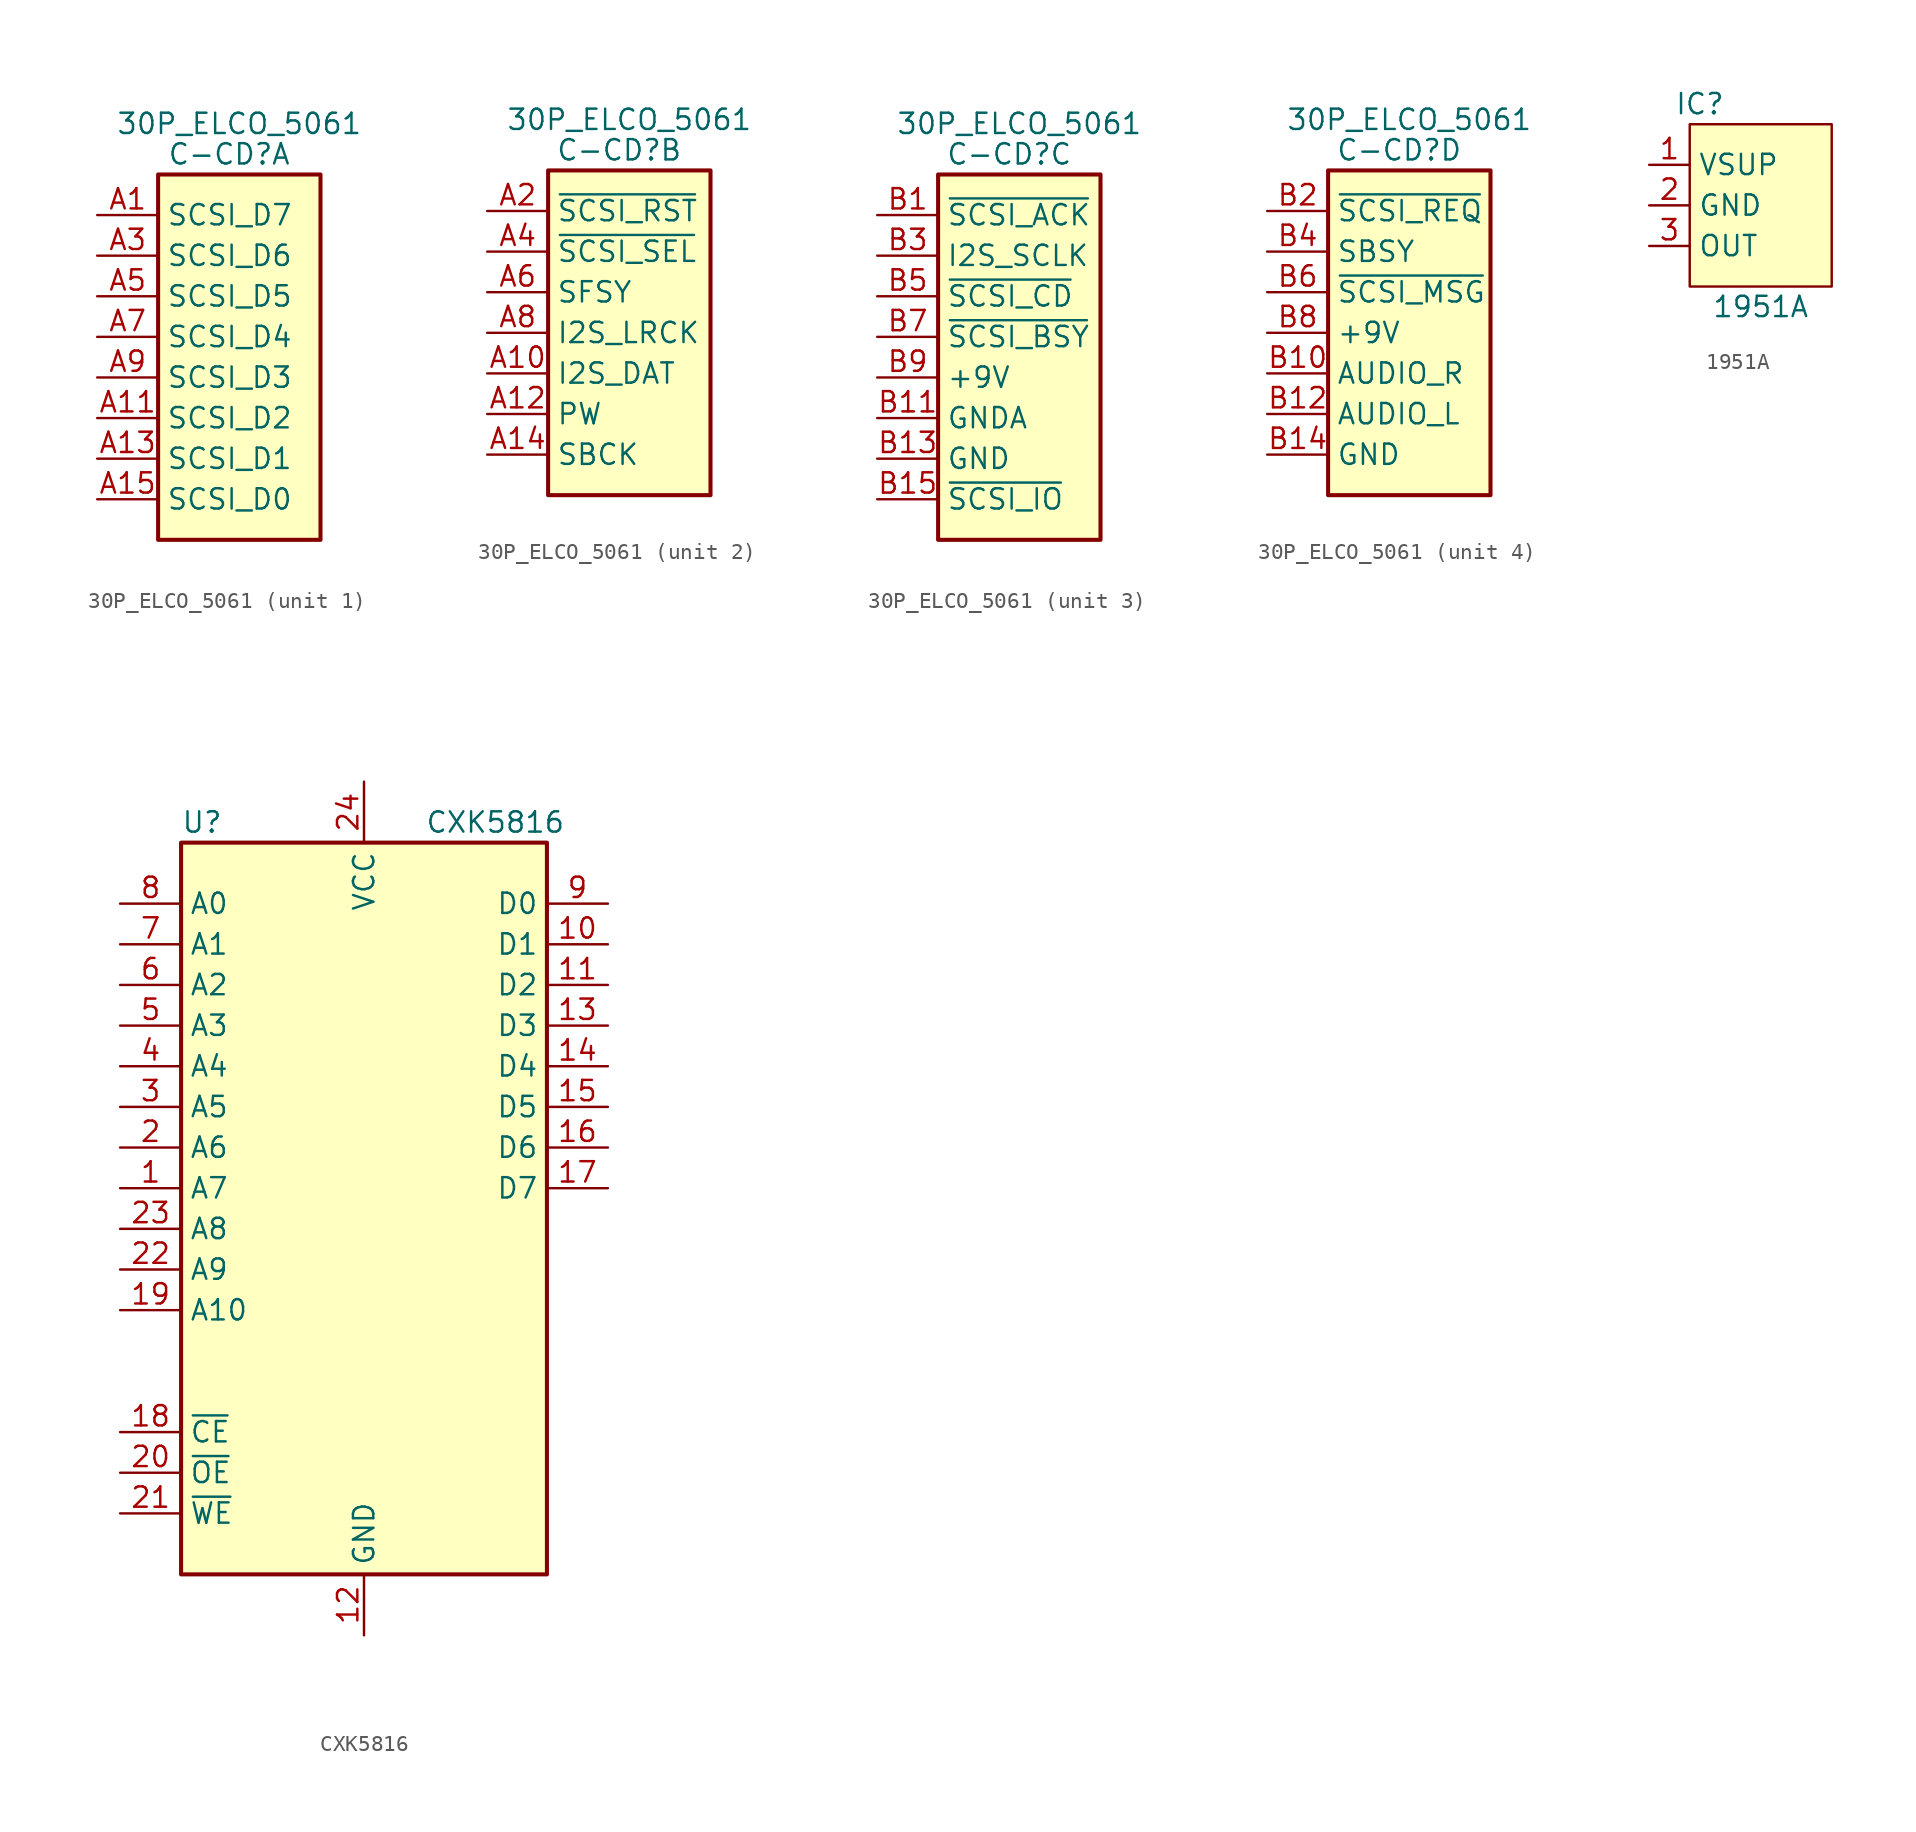
<source format=kicad_sym>
(kicad_symbol_lib
  (version 20241209)
  (generator "kicad_symbol_editor")
  (generator_version "9.0")
  (symbol "30P_ELCO_5061"
    (property "Reference" "C-CD"
      (at 8.255 1.27 0)
      (effects (font (size 1.27 1.27))))
    (property "Value" "30P_ELCO_5061"
      (at 8.89 3.175 0)
      (effects (font (size 1.27 1.27))))
    (symbol "30P_ELCO_5061_1_1"
      (rectangle (start 3.81 0) (end 13.97 -22.86) (stroke (width 0.254) (type default)) (fill (type background)))
      (pin passive line (at 0 -2.54 0) (length 3.81) (name "SCSI_D7" (effects (font (size 1.27 1.27)))) (number "A1" (effects (font (size 1.27 1.27)))))
      (pin passive line (at 0 -5.08 0) (length 3.81) (name "SCSI_D6" (effects (font (size 1.27 1.27)))) (number "A3" (effects (font (size 1.27 1.27)))))
      (pin passive line (at 0 -7.62 0) (length 3.81) (name "SCSI_D5" (effects (font (size 1.27 1.27)))) (number "A5" (effects (font (size 1.27 1.27)))))
      (pin passive line (at 0 -10.16 0) (length 3.81) (name "SCSI_D4" (effects (font (size 1.27 1.27)))) (number "A7" (effects (font (size 1.27 1.27)))))
      (pin passive line (at 0 -12.7 0) (length 3.81) (name "SCSI_D3" (effects (font (size 1.27 1.27)))) (number "A9" (effects (font (size 1.27 1.27)))))
      (pin passive line (at 0 -15.24 0) (length 3.81) (name "SCSI_D2" (effects (font (size 1.27 1.27)))) (number "A11" (effects (font (size 1.27 1.27)))))
      (pin passive line (at 0 -17.78 0) (length 3.81) (name "SCSI_D1" (effects (font (size 1.27 1.27)))) (number "A13" (effects (font (size 1.27 1.27)))))
      (pin passive line (at 0 -20.32 0) (length 3.81) (name "SCSI_D0" (effects (font (size 1.27 1.27)))) (number "A15" (effects (font (size 1.27 1.27))))))
    (symbol "30P_ELCO_5061_2_1"
      (rectangle (start 3.81 0) (end 13.97 -20.32) (stroke (width 0.254) (type default)) (fill (type background)))
      (pin passive line (at 0 -2.54 0) (length 3.81) (name "~{SCSI_RST}" (effects (font (size 1.27 1.27)))) (number "A2" (effects (font (size 1.27 1.27)))))
      (pin passive line (at 0 -5.08 0) (length 3.81) (name "~{SCSI_SEL}" (effects (font (size 1.27 1.27)))) (number "A4" (effects (font (size 1.27 1.27)))))
      (pin passive line (at 0 -7.62 0) (length 3.81) (name "SFSY" (effects (font (size 1.27 1.27)))) (number "A6" (effects (font (size 1.27 1.27)))))
      (pin passive line (at 0 -10.16 0) (length 3.81) (name "I2S_LRCK" (effects (font (size 1.27 1.27)))) (number "A8" (effects (font (size 1.27 1.27)))))
      (pin passive line (at 0 -12.7 0) (length 3.81) (name "I2S_DAT" (effects (font (size 1.27 1.27)))) (number "A10" (effects (font (size 1.27 1.27)))))
      (pin passive line (at 0 -15.24 0) (length 3.81) (name "PW" (effects (font (size 1.27 1.27)))) (number "A12" (effects (font (size 1.27 1.27)))))
      (pin passive line (at 0 -17.78 0) (length 3.81) (name "SBCK" (effects (font (size 1.27 1.27)))) (number "A14" (effects (font (size 1.27 1.27))))))
    (symbol "30P_ELCO_5061_3_1"
      (rectangle (start 3.81 0) (end 13.97 -22.86) (stroke (width 0.254) (type default)) (fill (type background)))
      (pin passive line (at 0 -2.54 0) (length 3.81) (name "~{SCSI_ACK}" (effects (font (size 1.27 1.27)))) (number "B1" (effects (font (size 1.27 1.27)))))
      (pin passive line (at 0 -5.08 0) (length 3.81) (name "I2S_SCLK" (effects (font (size 1.27 1.27)))) (number "B3" (effects (font (size 1.27 1.27)))))
      (pin passive line (at 0 -7.62 0) (length 3.81) (name "~{SCSI_CD}" (effects (font (size 1.27 1.27)))) (number "B5" (effects (font (size 1.27 1.27)))))
      (pin passive line (at 0 -10.16 0) (length 3.81) (name "~{SCSI_BSY}" (effects (font (size 1.27 1.27)))) (number "B7" (effects (font (size 1.27 1.27)))))
      (pin power_in line (at 0 -12.7 0) (length 3.81) (name "+9V" (effects (font (size 1.27 1.27)))) (number "B9" (effects (font (size 1.27 1.27)))))
      (pin power_in line (at 0 -15.24 0) (length 3.81) (name "GNDA" (effects (font (size 1.27 1.27)))) (number "B11" (effects (font (size 1.27 1.27)))))
      (pin power_in line (at 0 -17.78 0) (length 3.81) (name "GND" (effects (font (size 1.27 1.27)))) (number "B13" (effects (font (size 1.27 1.27)))))
      (pin passive line (at 0 -20.32 0) (length 3.81) (name "~{SCSI_IO}" (effects (font (size 1.27 1.27)))) (number "B15" (effects (font (size 1.27 1.27))))))
    (symbol "30P_ELCO_5061_4_1"
      (rectangle (start 3.81 0) (end 13.97 -20.32) (stroke (width 0.254) (type default)) (fill (type background)))
      (pin passive line (at 0 -2.54 0) (length 3.81) (name "~{SCSI_REQ}" (effects (font (size 1.27 1.27)))) (number "B2" (effects (font (size 1.27 1.27)))))
      (pin passive line (at 0 -5.08 0) (length 3.81) (name "SBSY" (effects (font (size 1.27 1.27)))) (number "B4" (effects (font (size 1.27 1.27)))))
      (pin passive line (at 0 -7.62 0) (length 3.81) (name "~{SCSI_MSG}" (effects (font (size 1.27 1.27)))) (number "B6" (effects (font (size 1.27 1.27)))))
      (pin power_in line (at 0 -10.16 0) (length 3.81) (name "+9V" (effects (font (size 1.27 1.27)))) (number "B8" (effects (font (size 1.27 1.27)))))
      (pin passive line (at 0 -12.7 0) (length 3.81) (name "AUDIO_R" (effects (font (size 1.27 1.27)))) (number "B10" (effects (font (size 1.27 1.27)))))
      (pin passive line (at 0 -15.24 0) (length 3.81) (name "AUDIO_L" (effects (font (size 1.27 1.27)))) (number "B12" (effects (font (size 1.27 1.27)))))
      (pin power_in line (at 0 -17.78 0) (length 3.81) (name "GND" (effects (font (size 1.27 1.27)))) (number "B14" (effects (font (size 1.27 1.27)))))))
  (symbol "1951A"
    (property "Reference" "IC"
      (at 3.175 3.81 0)
      (effects (font (size 1.27 1.27))))
    (property "Value" "1951A"
      (at 6.985 -8.89 0)
      (effects (font (size 1.27 1.27))))
    (symbol "1951A_0_1"
      (rectangle (start 2.54 2.54) (end 11.43 -7.62) (stroke (width 0.152) (type default)) (fill (type background))))
    (symbol "1951A_1_1"
      (pin passive line (at 0 0 0) (length 2.54) (name "VSUP" (effects (font (size 1.27 1.27)))) (number "1" (effects (font (size 1.27 1.27)))))
      (pin passive line (at 0 -2.54 0) (length 2.54) (name "GND" (effects (font (size 1.27 1.27)))) (number "2" (effects (font (size 1.27 1.27)))))
      (pin passive line (at 0 -5.08 0) (length 2.54) (name "OUT" (effects (font (size 1.27 1.27)))) (number "3" (effects (font (size 1.27 1.27)))))))
  (symbol "CXK5816"
    (property "Reference" "U"
      (at -11.43 27.94 0)
      (effects (font (size 1.27 1.27)) (justify left)))
    (property "Value" "CXK5816"
      (at 3.81 27.94 0)
      (effects (font (size 1.27 1.27)) (justify left)))
    (symbol "CXK5816_0_0"
      (pin power_in line (at 0 30.48 270) (length 3.81) (name "VCC" (effects (font (size 1.27 1.27)))) (number "24" (effects (font (size 1.27 1.27)))))
      (pin power_in line (at 0 -22.86 90) (length 3.81) (name "GND" (effects (font (size 1.27 1.27)))) (number "12" (effects (font (size 1.27 1.27))))))
    (symbol "CXK5816_0_1"
      (rectangle (start -11.43 26.67) (end 11.43 -19.05) (stroke (width 0.254) (type default)) (fill (type background))))
    (symbol "CXK5816_1_1"
      (pin input line (at -15.24 22.86 0) (length 3.81) (name "A0" (effects (font (size 1.27 1.27)))) (number "8" (effects (font (size 1.27 1.27)))))
      (pin input line (at -15.24 20.32 0) (length 3.81) (name "A1" (effects (font (size 1.27 1.27)))) (number "7" (effects (font (size 1.27 1.27)))))
      (pin input line (at -15.24 17.78 0) (length 3.81) (name "A2" (effects (font (size 1.27 1.27)))) (number "6" (effects (font (size 1.27 1.27)))))
      (pin input line (at -15.24 15.24 0) (length 3.81) (name "A3" (effects (font (size 1.27 1.27)))) (number "5" (effects (font (size 1.27 1.27)))))
      (pin input line (at -15.24 12.7 0) (length 3.81) (name "A4" (effects (font (size 1.27 1.27)))) (number "4" (effects (font (size 1.27 1.27)))))
      (pin input line (at -15.24 10.16 0) (length 3.81) (name "A5" (effects (font (size 1.27 1.27)))) (number "3" (effects (font (size 1.27 1.27)))))
      (pin input line (at -15.24 7.62 0) (length 3.81) (name "A6" (effects (font (size 1.27 1.27)))) (number "2" (effects (font (size 1.27 1.27)))))
      (pin input line (at -15.24 5.08 0) (length 3.81) (name "A7" (effects (font (size 1.27 1.27)))) (number "1" (effects (font (size 1.27 1.27)))))
      (pin input line (at -15.24 2.54 0) (length 3.81) (name "A8" (effects (font (size 1.27 1.27)))) (number "23" (effects (font (size 1.27 1.27)))))
      (pin input line (at -15.24 0 0) (length 3.81) (name "A9" (effects (font (size 1.27 1.27)))) (number "22" (effects (font (size 1.27 1.27)))))
      (pin input line (at -15.24 -2.54 0) (length 3.81) (name "A10" (effects (font (size 1.27 1.27)))) (number "19" (effects (font (size 1.27 1.27)))))
      (pin input line (at -15.24 -10.16 0) (length 3.81) (name "~{CE}" (effects (font (size 1.27 1.27)))) (number "18" (effects (font (size 1.27 1.27)))))
      (pin input line (at -15.24 -12.7 0) (length 3.81) (name "~{OE}" (effects (font (size 1.27 1.27)))) (number "20" (effects (font (size 1.27 1.27)))))
      (pin input line (at -15.24 -15.24 0) (length 3.81) (name "~{WE}" (effects (font (size 1.27 1.27)))) (number "21" (effects (font (size 1.27 1.27)))))
      (pin tri_state line (at 15.24 22.86 180) (length 3.81) (name "D0" (effects (font (size 1.27 1.27)))) (number "9" (effects (font (size 1.27 1.27)))))
      (pin tri_state line (at 15.24 20.32 180) (length 3.81) (name "D1" (effects (font (size 1.27 1.27)))) (number "10" (effects (font (size 1.27 1.27)))))
      (pin tri_state line (at 15.24 17.78 180) (length 3.81) (name "D2" (effects (font (size 1.27 1.27)))) (number "11" (effects (font (size 1.27 1.27)))))
      (pin tri_state line (at 15.24 15.24 180) (length 3.81) (name "D3" (effects (font (size 1.27 1.27)))) (number "13" (effects (font (size 1.27 1.27)))))
      (pin tri_state line (at 15.24 12.7 180) (length 3.81) (name "D4" (effects (font (size 1.27 1.27)))) (number "14" (effects (font (size 1.27 1.27)))))
      (pin tri_state line (at 15.24 10.16 180) (length 3.81) (name "D5" (effects (font (size 1.27 1.27)))) (number "15" (effects (font (size 1.27 1.27)))))
      (pin tri_state line (at 15.24 7.62 180) (length 3.81) (name "D6" (effects (font (size 1.27 1.27)))) (number "16" (effects (font (size 1.27 1.27)))))
      (pin tri_state line (at 15.24 5.08 180) (length 3.81) (name "D7" (effects (font (size 1.27 1.27)))) (number "17" (effects (font (size 1.27 1.27))))))))
</source>
